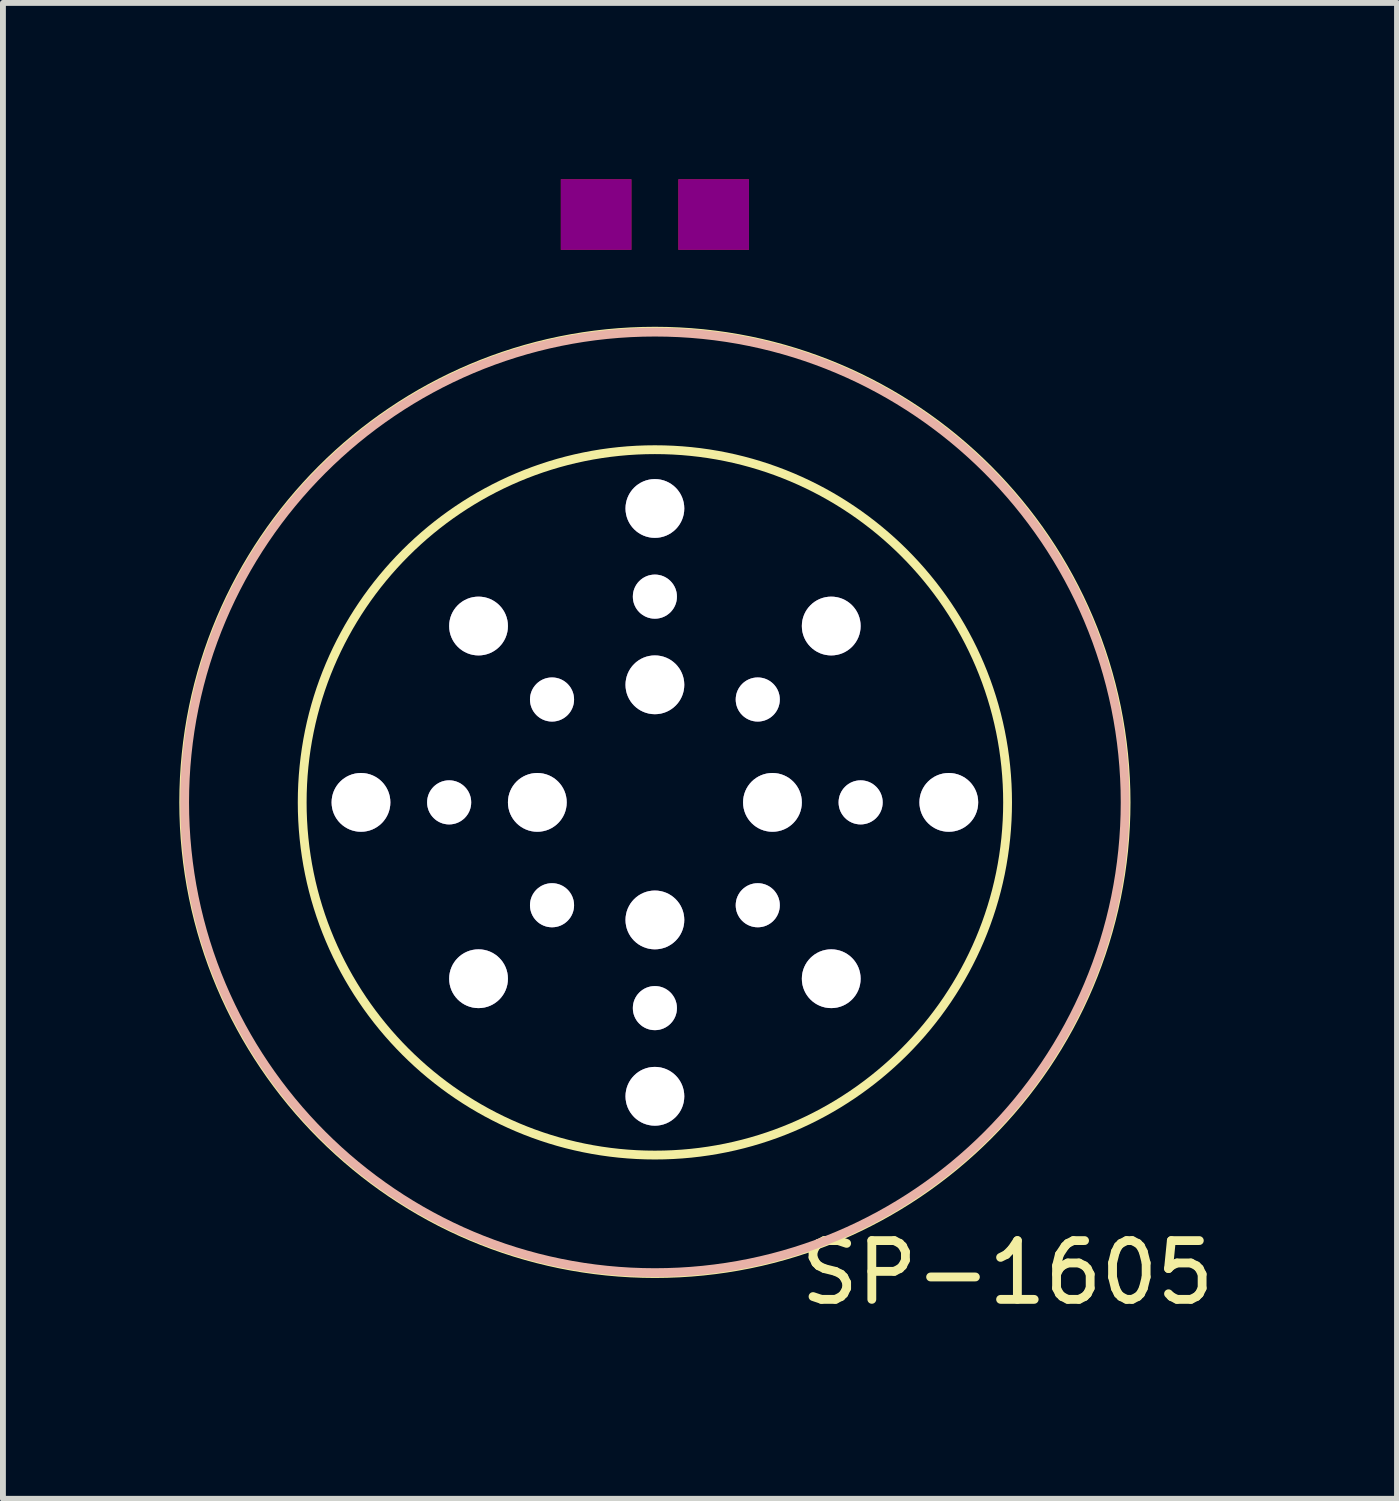
<source format=kicad_pcb>
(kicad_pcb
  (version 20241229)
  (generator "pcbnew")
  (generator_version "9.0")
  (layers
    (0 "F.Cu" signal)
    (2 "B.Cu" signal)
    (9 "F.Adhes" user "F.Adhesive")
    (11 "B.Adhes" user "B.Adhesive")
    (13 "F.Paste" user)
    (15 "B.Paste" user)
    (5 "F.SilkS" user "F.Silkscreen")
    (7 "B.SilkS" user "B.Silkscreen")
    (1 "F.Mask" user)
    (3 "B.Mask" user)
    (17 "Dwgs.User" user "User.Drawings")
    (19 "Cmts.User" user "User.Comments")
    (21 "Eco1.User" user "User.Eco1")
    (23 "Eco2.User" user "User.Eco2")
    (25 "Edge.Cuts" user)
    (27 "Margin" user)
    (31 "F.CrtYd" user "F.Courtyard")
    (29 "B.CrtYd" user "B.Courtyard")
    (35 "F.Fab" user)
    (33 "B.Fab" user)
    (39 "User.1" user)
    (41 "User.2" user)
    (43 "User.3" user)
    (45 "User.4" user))
  (footprint "SP-1605"
    (layer "F.Cu")
    (at 8.091 10.6)
    (property "Reference" "SP-1605" (at 6 8 0) (layer "F.SilkS") (effects (font (size 1 1) (thickness 0.15))))
    (attr through_hole)
    (fp_circle (center 0 0) (end -0.5 -8) (stroke (width 0.15) (type solid)) (fill no) (layer "F.SilkS"))
    (fp_circle (center 0 0) (end 6 0) (stroke (width 0.15) (type solid)) (fill no) (layer "F.SilkS"))
    (fp_circle (center 0 0) (end 8 0) (stroke (width 0.15) (type solid)) (fill no) (layer "B.SilkS"))
    (pad "" thru_hole oval (at -5 0) (size 1 1) (drill oval 1) (layers "*.Cu" "*.Mask"))
    (pad "" thru_hole oval (at -3.5 0) (size 0.75 0.75) (drill oval 0.75) (layers "*.Cu" "*.Mask"))
    (pad "" thru_hole oval (at -3 -3) (size 1 1) (drill oval 1) (layers "*.Cu" "*.Mask"))
    (pad "" thru_hole oval (at -3 3) (size 1 1) (drill oval 1) (layers "*.Cu" "*.Mask"))
    (pad "" thru_hole oval (at -2 0) (size 1 1) (drill oval 1) (layers "*.Cu" "*.Mask"))
    (pad "" thru_hole oval (at -1.75 -1.75) (size 0.75 0.75) (drill oval 0.75) (layers "*.Cu" "*.Mask"))
    (pad "" thru_hole oval (at -1.75 1.75) (size 0.75 0.75) (drill oval 0.75) (layers "*.Cu" "*.Mask"))
    (pad "" thru_hole oval (at 0 -5) (size 1 1) (drill oval 1) (layers "*.Cu" "*.Mask"))
    (pad "" thru_hole oval (at 0 -3.5) (size 0.75 0.75) (drill oval 0.75) (layers "*.Cu" "*.Mask"))
    (pad "" thru_hole oval (at 0 -2) (size 1 1) (drill oval 1) (layers "*.Cu" "*.Mask"))
    (pad "" thru_hole oval (at 0 2) (size 1 1) (drill oval 1) (layers "*.Cu" "*.Mask"))
    (pad "" thru_hole oval (at 0 3.5) (size 0.75 0.75) (drill oval 0.75) (layers "*.Cu" "*.Mask"))
    (pad "" thru_hole oval (at 0 5) (size 1 1) (drill oval 1) (layers "*.Cu" "*.Mask"))
    (pad "" thru_hole oval (at 1.75 -1.75) (size 0.75 0.75) (drill oval 0.75) (layers "*.Cu" "*.Mask"))
    (pad "" thru_hole oval (at 1.75 1.75) (size 0.75 0.75) (drill oval 0.75) (layers "*.Cu" "*.Mask"))
    (pad "" thru_hole oval (at 2 0) (size 1 1) (drill oval 1) (layers "*.Cu" "*.Mask"))
    (pad "" thru_hole oval (at 3 -3) (size 1 1) (drill oval 1) (layers "*.Cu" "*.Mask"))
    (pad "" thru_hole oval (at 3 3) (size 1 1) (drill oval 1) (layers "*.Cu" "*.Mask"))
    (pad "" thru_hole oval (at 3.5 0) (size 0.75 0.75) (drill oval 0.75) (layers "*.Cu" "*.Mask"))
    (pad "" thru_hole oval (at 5 0) (size 1 1) (drill oval 1) (layers "*.Cu" "*.Mask"))
    (pad "1" smd rect (at -1 -10) (size 1.2 1.2) (layers "F.Cu" "F.Mask" "F.Adhes" "F.Paste"))
    (pad "2" smd rect (at 1 -10) (size 1.2 1.2) (layers "F.Cu" "F.Mask" "F.Adhes" "F.Paste")))
  (gr_rect
    (start -3 -3)
    (end 20.716 22.448)
    (stroke (width 0.1) (type default))
    (fill no)
    (layer "Edge.Cuts")))
</source>
